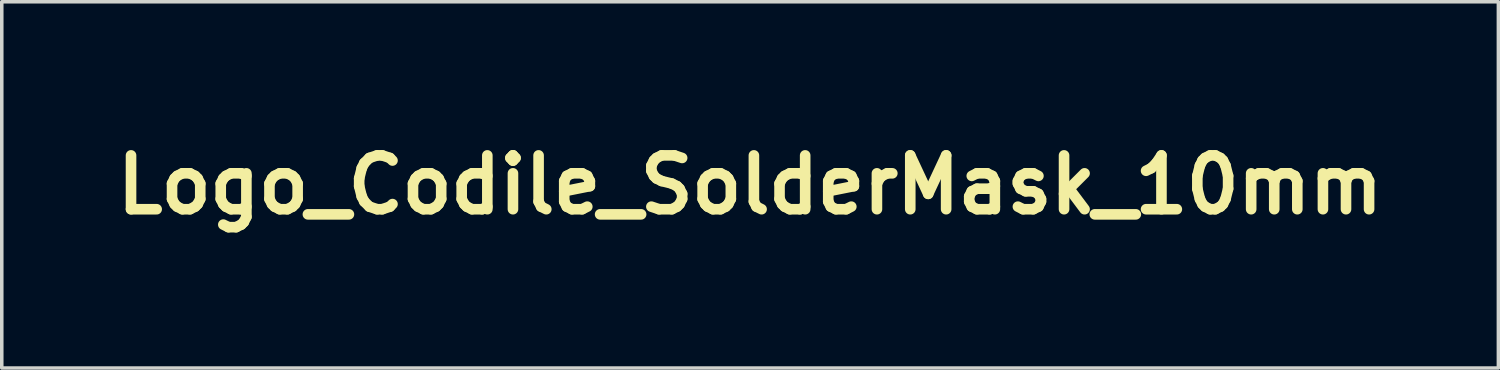
<source format=kicad_pcb>
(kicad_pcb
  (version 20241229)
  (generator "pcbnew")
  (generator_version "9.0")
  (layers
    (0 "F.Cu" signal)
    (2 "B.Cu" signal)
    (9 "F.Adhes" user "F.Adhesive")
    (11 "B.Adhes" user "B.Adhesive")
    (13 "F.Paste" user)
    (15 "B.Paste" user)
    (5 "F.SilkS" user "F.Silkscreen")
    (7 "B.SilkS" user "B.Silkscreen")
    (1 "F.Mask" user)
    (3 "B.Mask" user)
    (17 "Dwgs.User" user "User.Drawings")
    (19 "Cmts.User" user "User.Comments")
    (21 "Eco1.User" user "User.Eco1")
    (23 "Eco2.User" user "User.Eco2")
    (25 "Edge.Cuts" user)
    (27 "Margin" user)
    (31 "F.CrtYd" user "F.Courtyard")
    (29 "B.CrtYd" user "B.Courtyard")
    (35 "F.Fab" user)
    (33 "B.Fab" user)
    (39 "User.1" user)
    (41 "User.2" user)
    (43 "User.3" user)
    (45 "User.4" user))
  (footprint "Logo_Codile_SolderMask_10mm"
    (layer "F.Cu")
    (at 18.186 2.184)
    (property "Reference" "Logo_Codile_SolderMask_10mm" (at 0 0 0) (layer "F.SilkS") (effects (font (size 1.524 1.524) (thickness 0.3))))
    (attr through_hole)
    (fp_poly (pts (xy 1.976 2.179) (xy 1.57 2.179) (xy 1.57 -0.833) (xy 1.976 -0.833) (xy 1.976 2.179)) (stroke (width 0.01) (type solid)) (fill yes) (layer "F.Mask"))
    (fp_poly (pts (xy 2.887 -2.169) (xy 2.887 -2.154) (xy 2.887 -2.13) (xy 2.888 -2.096) (xy 2.888 -2.054) (xy 2.888 -2.003) (xy 2.888 -1.944) (xy 2.889 -1.877) (xy 2.889 -1.803) (xy 2.889 -1.721) (xy 2.889 -1.632) (xy 2.889 -1.537) (xy 2.89 -1.436) (xy 2.89 -1.329) (xy 2.89 -1.216) (xy 2.89 -1.098) (xy 2.89 -0.975) (xy 2.89 -0.848) (xy 2.89 -0.716) (xy 2.89 -0.58) (xy 2.89 -0.441) (xy 2.89 -0.299) (xy 2.891 -0.153) (xy 2.891 -0.005) (xy 2.891 0.003) (xy 2.891 2.179) (xy 2.484 2.179) (xy 2.485 0.164) (xy 2.487 -1.851) (xy 2.685 -2.013) (xy 2.724 -2.044) (xy 2.76 -2.074) (xy 2.793 -2.101) (xy 2.823 -2.124) (xy 2.847 -2.144) (xy 2.867 -2.159) (xy 2.88 -2.169) (xy 2.886 -2.174) (xy 2.887 -2.174) (xy 2.887 -2.169)) (stroke (width 0.01) (type solid)) (fill yes) (layer "F.Mask"))
    (fp_poly (pts (xy 1.067 2.179) (xy 0.349 2.179) (xy 0.264 2.179) (xy 0.181 2.178) (xy 0.102 2.178) (xy 0.026 2.178) (xy -0.046 2.178) (xy -0.113 2.177) (xy -0.174 2.177) (xy -0.229 2.177) (xy -0.278 2.176) (xy -0.319 2.176) (xy -0.353 2.175) (xy -0.377 2.175) (xy -0.393 2.174) (xy -0.399 2.174) (xy -0.456 2.161) (xy -0.507 2.141) (xy -0.551 2.114) (xy -0.588 2.079) (xy -0.618 2.037) (xy -0.641 1.987) (xy -0.654 1.943) (xy -0.655 1.938) (xy -0.656 1.933) (xy -0.656 1.927) (xy -0.657 1.92) (xy -0.658 1.91) (xy -0.659 1.899) (xy -0.659 1.885) (xy -0.66 1.869) (xy -0.66 1.849) (xy -0.661 1.825) (xy -0.661 1.798) (xy -0.661 1.766) (xy -0.662 1.729) (xy -0.662 1.687) (xy -0.662 1.639) (xy -0.662 1.586) (xy -0.662 1.526) (xy -0.663 1.459) (xy -0.663 1.385) (xy -0.663 1.304) (xy -0.663 1.215) (xy -0.663 1.117) (xy -0.663 1.011) (xy -0.663 0.895) (xy -0.663 0.77) (xy -0.663 0.671) (xy -0.663 0.536) (xy -0.663 0.412) (xy -0.663 0.296) (xy -0.663 0.19) (xy -0.663 0.093) (xy -0.663 0.003) (xy -0.663 -0.078) (xy -0.663 -0.152) (xy -0.663 -0.219) (xy -0.662 -0.28) (xy -0.662 -0.334) (xy -0.661 -0.382) (xy -0.661 -0.425) (xy -0.66 -0.462) (xy -0.66 -0.472) (xy -0.254 -0.472) (xy -0.254 0.67) (xy -0.254 0.777) (xy -0.254 0.881) (xy -0.254 0.982) (xy -0.254 1.08) (xy -0.254 1.173) (xy -0.254 1.262) (xy -0.253 1.347) (xy -0.253 1.425) (xy -0.253 1.498) (xy -0.253 1.564) (xy -0.252 1.624) (xy -0.252 1.677) (xy -0.252 1.721) (xy -0.252 1.758) (xy -0.251 1.786) (xy -0.251 1.805) (xy -0.251 1.814) (xy -0.251 1.815) (xy -0.245 1.816) (xy -0.23 1.816) (xy -0.207 1.817) (xy -0.175 1.817) (xy -0.136 1.817) (xy -0.091 1.818) (xy -0.04 1.818) (xy 0.016 1.818) (xy 0.077 1.819) (xy 0.141 1.819) (xy 0.204 1.819) (xy 0.655 1.819) (xy 0.655 -0.472) (xy -0.254 -0.472) (xy -0.66 -0.472) (xy -0.659 -0.495) (xy -0.658 -0.523) (xy -0.657 -0.548) (xy -0.656 -0.569) (xy -0.655 -0.586) (xy -0.653 -0.601) (xy -0.651 -0.614) (xy -0.649 -0.624) (xy -0.647 -0.633) (xy -0.644 -0.64) (xy -0.642 -0.647) (xy -0.639 -0.653) (xy -0.635 -0.659) (xy -0.632 -0.666) (xy -0.628 -0.673) (xy -0.625 -0.679) (xy -0.598 -0.722) (xy -0.564 -0.759) (xy -0.522 -0.789) (xy -0.473 -0.812) (xy -0.452 -0.819) (xy -0.414 -0.83) (xy 0.123 -0.832) (xy 0.66 -0.833) (xy 0.66 -1.848) (xy 0.725 -1.9) (xy 0.745 -1.917) (xy 0.772 -1.938) (xy 0.803 -1.964) (xy 0.837 -1.992) (xy 0.873 -2.021) (xy 0.91 -2.051) (xy 0.928 -2.066) (xy 1.067 -2.179) (xy 1.067 2.179)) (stroke (width 0.01) (type solid)) (fill yes) (layer "F.Mask"))
    (fp_poly (pts (xy -3.999 -0.831) (xy -3.935 -0.831) (xy -3.878 -0.83) (xy -3.829 -0.83) (xy -3.786 -0.83) (xy -3.75 -0.829) (xy -3.719 -0.828) (xy -3.692 -0.827) (xy -3.67 -0.826) (xy -3.652 -0.824) (xy -3.636 -0.822) (xy -3.623 -0.819) (xy -3.612 -0.817) (xy -3.602 -0.813) (xy -3.593 -0.81) (xy -3.584 -0.805) (xy -3.574 -0.801) (xy -3.563 -0.795) (xy -3.561 -0.794) (xy -3.519 -0.768) (xy -3.484 -0.735) (xy -3.455 -0.694) (xy -3.432 -0.644) (xy -3.423 -0.62) (xy -3.421 -0.611) (xy -3.419 -0.603) (xy -3.417 -0.595) (xy -3.415 -0.584) (xy -3.414 -0.572) (xy -3.413 -0.556) (xy -3.413 -0.536) (xy -3.412 -0.511) (xy -3.411 -0.48) (xy -3.411 -0.442) (xy -3.411 -0.396) (xy -3.41 -0.342) (xy -3.41 -0.293) (xy -3.408 -0.005) (xy -3.815 -0.005) (xy -3.815 -0.472) (xy -4.669 -0.472) (xy -4.669 1.819) (xy -3.815 1.819) (xy -3.815 1.265) (xy -3.408 1.265) (xy -3.41 1.596) (xy -3.41 1.665) (xy -3.411 1.724) (xy -3.411 1.775) (xy -3.412 1.818) (xy -3.412 1.854) (xy -3.413 1.884) (xy -3.415 1.909) (xy -3.416 1.929) (xy -3.419 1.946) (xy -3.421 1.961) (xy -3.425 1.973) (xy -3.429 1.984) (xy -3.433 1.996) (xy -3.439 2.008) (xy -3.444 2.019) (xy -3.468 2.059) (xy -3.496 2.093) (xy -3.53 2.121) (xy -3.572 2.144) (xy -3.622 2.163) (xy -3.629 2.165) (xy -3.635 2.167) (xy -3.641 2.169) (xy -3.647 2.17) (xy -3.654 2.171) (xy -3.664 2.172) (xy -3.675 2.173) (xy -3.689 2.174) (xy -3.707 2.175) (xy -3.73 2.175) (xy -3.756 2.176) (xy -3.789 2.176) (xy -3.827 2.176) (xy -3.871 2.177) (xy -3.923 2.177) (xy -3.982 2.177) (xy -4.05 2.177) (xy -4.127 2.177) (xy -4.213 2.177) (xy -4.224 2.177) (xy -4.299 2.177) (xy -4.372 2.177) (xy -4.441 2.177) (xy -4.507 2.177) (xy -4.569 2.177) (xy -4.625 2.177) (xy -4.675 2.176) (xy -4.718 2.176) (xy -4.755 2.175) (xy -4.783 2.175) (xy -4.802 2.174) (xy -4.813 2.174) (xy -4.813 2.174) (xy -4.871 2.161) (xy -4.922 2.141) (xy -4.966 2.114) (xy -5.003 2.08) (xy -5.033 2.038) (xy -5.056 1.988) (xy -5.066 1.957) (xy -5.077 1.918) (xy -5.079 0.701) (xy -5.079 0.555) (xy -5.079 0.419) (xy -5.079 0.293) (xy -5.079 0.177) (xy -5.079 0.07) (xy -5.079 -0.028) (xy -5.079 -0.117) (xy -5.079 -0.197) (xy -5.079 -0.269) (xy -5.078 -0.332) (xy -5.078 -0.387) (xy -5.078 -0.435) (xy -5.077 -0.474) (xy -5.077 -0.506) (xy -5.076 -0.53) (xy -5.076 -0.547) (xy -5.075 -0.557) (xy -5.075 -0.559) (xy -5.063 -0.618) (xy -5.044 -0.67) (xy -5.018 -0.716) (xy -4.985 -0.754) (xy -4.944 -0.784) (xy -4.896 -0.808) (xy -4.856 -0.822) (xy -4.851 -0.823) (xy -4.844 -0.824) (xy -4.836 -0.825) (xy -4.826 -0.826) (xy -4.814 -0.827) (xy -4.798 -0.828) (xy -4.779 -0.828) (xy -4.755 -0.829) (xy -4.726 -0.829) (xy -4.692 -0.83) (xy -4.651 -0.83) (xy -4.604 -0.83) (xy -4.55 -0.83) (xy -4.488 -0.83) (xy -4.418 -0.831) (xy -4.338 -0.831) (xy -4.249 -0.831) (xy -4.244 -0.831) (xy -4.153 -0.831) (xy -4.072 -0.831) (xy -3.999 -0.831)) (stroke (width 0.01) (type solid)) (fill yes) (layer "F.Mask"))
    (fp_poly (pts (xy 4.864 -0.819) (xy 4.909 -0.803) (xy 4.946 -0.784) (xy 4.978 -0.759) (xy 4.993 -0.745) (xy 5.023 -0.707) (xy 5.048 -0.663) (xy 5.066 -0.611) (xy 5.066 -0.61) (xy 5.068 -0.605) (xy 5.069 -0.599) (xy 5.071 -0.593) (xy 5.072 -0.586) (xy 5.073 -0.577) (xy 5.074 -0.566) (xy 5.074 -0.552) (xy 5.075 -0.536) (xy 5.076 -0.515) (xy 5.076 -0.49) (xy 5.077 -0.46) (xy 5.077 -0.425) (xy 5.077 -0.384) (xy 5.078 -0.337) (xy 5.078 -0.282) (xy 5.078 -0.22) (xy 5.078 -0.149) (xy 5.078 -0.07) (xy 5.079 0.018) (xy 5.079 0.088) (xy 5.08 0.747) (xy 3.795 0.747) (xy 3.795 1.834) (xy 4.679 1.834) (xy 4.68 1.619) (xy 4.681 1.405) (xy 4.881 1.403) (xy 5.081 1.402) (xy 5.079 1.66) (xy 5.078 1.718) (xy 5.078 1.767) (xy 5.077 1.807) (xy 5.077 1.841) (xy 5.076 1.868) (xy 5.075 1.889) (xy 5.074 1.907) (xy 5.073 1.921) (xy 5.072 1.932) (xy 5.07 1.942) (xy 5.068 1.951) (xy 5.066 1.957) (xy 5.047 2.011) (xy 5.021 2.056) (xy 4.988 2.095) (xy 4.947 2.126) (xy 4.899 2.151) (xy 4.857 2.166) (xy 4.851 2.167) (xy 4.845 2.169) (xy 4.838 2.17) (xy 4.831 2.171) (xy 4.821 2.172) (xy 4.809 2.173) (xy 4.795 2.174) (xy 4.776 2.175) (xy 4.754 2.175) (xy 4.727 2.176) (xy 4.695 2.176) (xy 4.657 2.176) (xy 4.612 2.177) (xy 4.56 2.177) (xy 4.501 2.177) (xy 4.433 2.177) (xy 4.357 2.177) (xy 4.271 2.177) (xy 4.255 2.177) (xy 4.179 2.178) (xy 4.106 2.177) (xy 4.036 2.177) (xy 3.97 2.177) (xy 3.908 2.177) (xy 3.852 2.177) (xy 3.801 2.176) (xy 3.757 2.176) (xy 3.721 2.175) (xy 3.692 2.175) (xy 3.672 2.174) (xy 3.661 2.174) (xy 3.66 2.174) (xy 3.603 2.161) (xy 3.552 2.142) (xy 3.509 2.115) (xy 3.473 2.08) (xy 3.443 2.038) (xy 3.42 1.989) (xy 3.407 1.95) (xy 3.396 1.908) (xy 3.396 0.676) (xy 3.396 0.543) (xy 3.396 0.421) (xy 3.396 0.308) (xy 3.396 0.204) (xy 3.396 0.108) (xy 3.396 0.021) (xy 3.396 -0.059) (xy 3.396 -0.131) (xy 3.396 -0.196) (xy 3.397 -0.254) (xy 3.397 -0.306) (xy 3.397 -0.352) (xy 3.397 -0.393) (xy 3.398 -0.428) (xy 3.398 -0.459) (xy 3.398 -0.486) (xy 3.399 -0.493) (xy 3.795 -0.493) (xy 3.795 0.417) (xy 4.679 0.417) (xy 4.679 -0.493) (xy 3.795 -0.493) (xy 3.399 -0.493) (xy 3.399 -0.508) (xy 3.399 -0.527) (xy 3.4 -0.543) (xy 3.401 -0.556) (xy 3.401 -0.567) (xy 3.402 -0.575) (xy 3.403 -0.583) (xy 3.404 -0.588) (xy 3.405 -0.593) (xy 3.405 -0.597) (xy 3.422 -0.652) (xy 3.446 -0.7) (xy 3.478 -0.741) (xy 3.516 -0.774) (xy 3.562 -0.801) (xy 3.615 -0.821) (xy 3.617 -0.821) (xy 3.622 -0.823) (xy 3.629 -0.824) (xy 3.636 -0.825) (xy 3.645 -0.826) (xy 3.657 -0.827) (xy 3.671 -0.828) (xy 3.689 -0.828) (xy 3.711 -0.829) (xy 3.738 -0.829) (xy 3.771 -0.83) (xy 3.809 -0.83) (xy 3.853 -0.83) (xy 3.904 -0.83) (xy 3.963 -0.83) (xy 4.03 -0.831) (xy 4.106 -0.831) (xy 4.191 -0.831) (xy 4.237 -0.831) (xy 4.823 -0.831) (xy 4.864 -0.819)) (stroke (width 0.01) (type solid)) (fill yes) (layer "F.Mask"))
    (fp_poly (pts (xy -1.786 -0.831) (xy -1.719 -0.831) (xy -1.661 -0.83) (xy -1.61 -0.83) (xy -1.565 -0.83) (xy -1.527 -0.829) (xy -1.494 -0.828) (xy -1.467 -0.827) (xy -1.443 -0.826) (xy -1.424 -0.825) (xy -1.407 -0.823) (xy -1.393 -0.821) (xy -1.382 -0.818) (xy -1.372 -0.815) (xy -1.362 -0.812) (xy -1.353 -0.808) (xy -1.344 -0.803) (xy -1.334 -0.799) (xy -1.326 -0.795) (xy -1.286 -0.77) (xy -1.25 -0.737) (xy -1.22 -0.697) (xy -1.198 -0.651) (xy -1.186 -0.617) (xy -1.182 -0.599) (xy -1.178 -0.574) (xy -1.175 -0.547) (xy -1.173 -0.531) (xy -1.172 -0.519) (xy -1.172 -0.496) (xy -1.171 -0.464) (xy -1.171 -0.422) (xy -1.17 -0.37) (xy -1.17 -0.309) (xy -1.17 -0.238) (xy -1.17 -0.157) (xy -1.169 -0.067) (xy -1.169 0.032) (xy -1.169 0.14) (xy -1.169 0.258) (xy -1.169 0.384) (xy -1.169 0.52) (xy -1.17 0.664) (xy -1.17 0.716) (xy -1.17 0.846) (xy -1.17 0.967) (xy -1.17 1.077) (xy -1.17 1.179) (xy -1.171 1.273) (xy -1.171 1.358) (xy -1.171 1.435) (xy -1.171 1.505) (xy -1.171 1.568) (xy -1.172 1.624) (xy -1.172 1.674) (xy -1.172 1.718) (xy -1.173 1.757) (xy -1.173 1.791) (xy -1.173 1.82) (xy -1.174 1.845) (xy -1.174 1.866) (xy -1.175 1.883) (xy -1.175 1.898) (xy -1.176 1.91) (xy -1.177 1.919) (xy -1.178 1.927) (xy -1.179 1.933) (xy -1.179 1.938) (xy -1.18 1.942) (xy -1.181 1.943) (xy -1.199 1.999) (xy -1.224 2.047) (xy -1.256 2.087) (xy -1.294 2.12) (xy -1.339 2.145) (xy -1.391 2.163) (xy -1.444 2.174) (xy -1.455 2.175) (xy -1.475 2.175) (xy -1.504 2.176) (xy -1.54 2.177) (xy -1.583 2.177) (xy -1.632 2.177) (xy -1.687 2.178) (xy -1.746 2.178) (xy -1.808 2.178) (xy -1.874 2.179) (xy -1.941 2.179) (xy -2.009 2.179) (xy -2.078 2.179) (xy -2.146 2.179) (xy -2.213 2.179) (xy -2.278 2.178) (xy -2.34 2.178) (xy -2.399 2.178) (xy -2.453 2.177) (xy -2.501 2.177) (xy -2.543 2.176) (xy -2.579 2.176) (xy -2.606 2.175) (xy -2.625 2.174) (xy -2.634 2.174) (xy -2.692 2.161) (xy -2.743 2.141) (xy -2.787 2.114) (xy -2.824 2.079) (xy -2.854 2.038) (xy -2.877 1.989) (xy -2.892 1.933) (xy -2.896 1.911) (xy -2.896 1.903) (xy -2.897 1.888) (xy -2.897 1.865) (xy -2.898 1.835) (xy -2.898 1.798) (xy -2.899 1.752) (xy -2.899 1.699) (xy -2.899 1.637) (xy -2.9 1.568) (xy -2.9 1.489) (xy -2.9 1.402) (xy -2.9 1.306) (xy -2.9 1.201) (xy -2.9 1.086) (xy -2.9 0.962) (xy -2.9 0.828) (xy -2.9 0.684) (xy -2.9 0.645) (xy -2.898 -0.472) (xy -2.489 -0.472) (xy -2.489 1.819) (xy -1.582 1.816) (xy -1.58 -0.472) (xy -2.489 -0.472) (xy -2.898 -0.472) (xy -2.898 -0.582) (xy -2.886 -0.62) (xy -2.866 -0.673) (xy -2.839 -0.717) (xy -2.806 -0.754) (xy -2.767 -0.784) (xy -2.748 -0.794) (xy -2.737 -0.8) (xy -2.727 -0.804) (xy -2.719 -0.809) (xy -2.71 -0.812) (xy -2.7 -0.816) (xy -2.69 -0.819) (xy -2.678 -0.821) (xy -2.663 -0.823) (xy -2.646 -0.825) (xy -2.625 -0.827) (xy -2.6 -0.828) (xy -2.571 -0.829) (xy -2.537 -0.829) (xy -2.496 -0.83) (xy -2.45 -0.83) (xy -2.396 -0.83) (xy -2.335 -0.831) (xy -2.267 -0.831) (xy -2.189 -0.831) (xy -2.102 -0.831) (xy -2.037 -0.831) (xy -1.944 -0.831) (xy -1.86 -0.831) (xy -1.786 -0.831)) (stroke (width 0.01) (type solid)) (fill yes) (layer "F.Mask")))
  (gr_rect
    (start -3 -3)
    (end 39.373 7.369)
    (stroke (width 0.1) (type default))
    (fill no)
    (layer "Edge.Cuts")))
</source>
